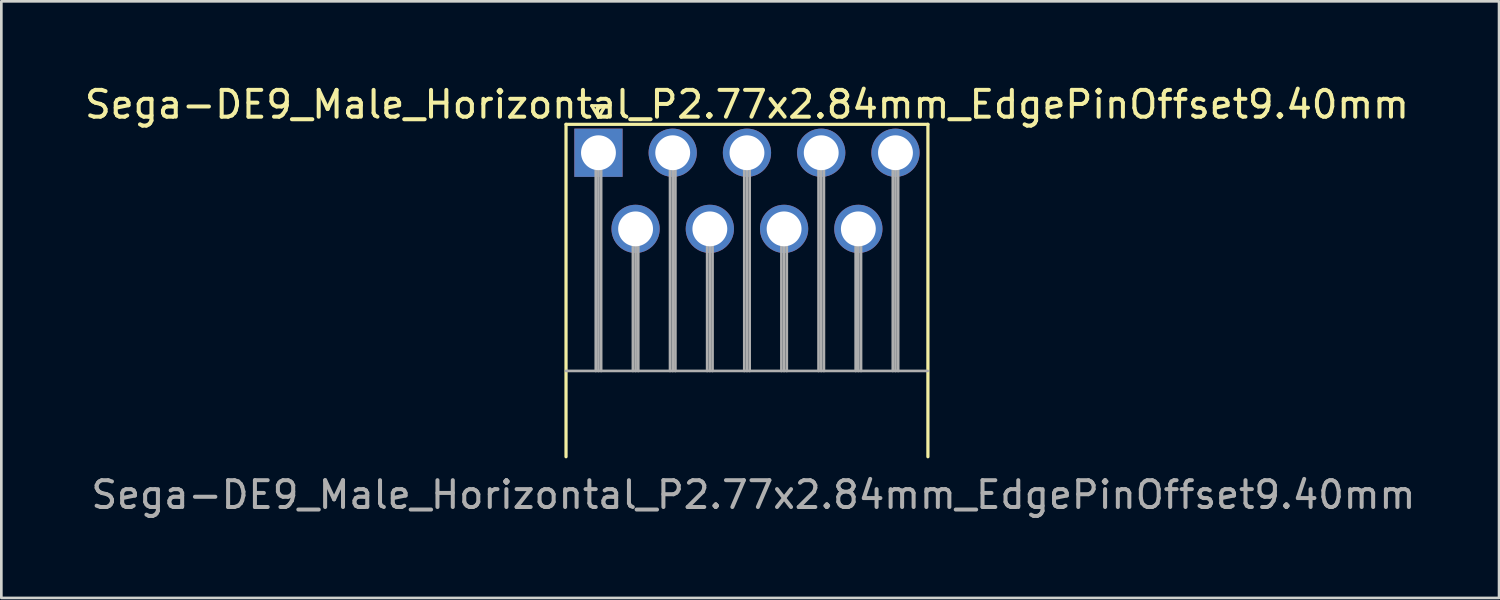
<source format=kicad_pcb>
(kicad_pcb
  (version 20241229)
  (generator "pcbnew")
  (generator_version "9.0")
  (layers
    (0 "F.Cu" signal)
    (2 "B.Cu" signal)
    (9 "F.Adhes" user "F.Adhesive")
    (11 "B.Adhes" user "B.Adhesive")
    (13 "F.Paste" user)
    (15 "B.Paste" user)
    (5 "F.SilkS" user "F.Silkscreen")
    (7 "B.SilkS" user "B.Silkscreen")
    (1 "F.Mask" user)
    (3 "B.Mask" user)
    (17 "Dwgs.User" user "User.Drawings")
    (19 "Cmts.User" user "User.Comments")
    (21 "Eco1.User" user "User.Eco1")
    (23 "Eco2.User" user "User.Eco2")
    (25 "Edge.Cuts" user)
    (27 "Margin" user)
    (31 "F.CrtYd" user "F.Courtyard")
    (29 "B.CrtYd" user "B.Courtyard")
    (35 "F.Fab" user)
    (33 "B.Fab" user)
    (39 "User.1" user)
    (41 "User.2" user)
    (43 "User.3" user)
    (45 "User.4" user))
  (footprint "Sega-DE9_Male_Horizontal_P2.77x2.84mm_EdgePinOffset9.40mm"
    (layer "F.Cu")
    (at 19.275 2.648)
    (property "Reference" "Sega-DE9_Male_Horizontal_P2.77x2.84mm_EdgePinOffset9.40mm" (at 5.54 -1.8 180) (layer "F.SilkS") (effects (font (size 1 1) (thickness 0.15))))
    (attr through_hole)
    (fp_line (start -1.21 -1.06) (end 12.29 -1.06) (stroke (width 0.12) (type solid)) (layer "F.SilkS"))
    (fp_line (start -1.21 11.34) (end -1.21 -1.06) (stroke (width 0.12) (type solid)) (layer "F.SilkS"))
    (fp_line (start -0.25 -1.754) (end 0.25 -1.754) (stroke (width 0.12) (type solid)) (layer "F.SilkS"))
    (fp_line (start 0 -1.321) (end -0.25 -1.754) (stroke (width 0.12) (type solid)) (layer "F.SilkS"))
    (fp_line (start 0.25 -1.754) (end 0 -1.321) (stroke (width 0.12) (type solid)) (layer "F.SilkS"))
    (fp_line (start 12.29 -1.06) (end 12.29 11.34) (stroke (width 0.12) (type solid)) (layer "F.SilkS"))
    (fp_line (start -0.1 0) (end -0.1 8.14) (stroke (width 0.1) (type solid)) (layer "F.Fab"))
    (fp_line (start 0 0) (end 0 8.14) (stroke (width 0.1) (type solid)) (layer "F.Fab"))
    (fp_line (start 0.1 0) (end 0.1 8.14) (stroke (width 0.1) (type solid)) (layer "F.Fab"))
    (fp_line (start 1.285 2.84) (end 1.285 8.14) (stroke (width 0.1) (type solid)) (layer "F.Fab"))
    (fp_line (start 1.385 2.84) (end 1.385 8.14) (stroke (width 0.1) (type solid)) (layer "F.Fab"))
    (fp_line (start 1.485 2.84) (end 1.485 8.14) (stroke (width 0.1) (type solid)) (layer "F.Fab"))
    (fp_line (start 2.67 0) (end 2.67 8.14) (stroke (width 0.1) (type solid)) (layer "F.Fab"))
    (fp_line (start 2.77 0) (end 2.77 8.14) (stroke (width 0.1) (type solid)) (layer "F.Fab"))
    (fp_line (start 2.87 0) (end 2.87 8.14) (stroke (width 0.1) (type solid)) (layer "F.Fab"))
    (fp_line (start 4.055 2.84) (end 4.055 8.14) (stroke (width 0.1) (type solid)) (layer "F.Fab"))
    (fp_line (start 4.155 2.84) (end 4.155 8.14) (stroke (width 0.1) (type solid)) (layer "F.Fab"))
    (fp_line (start 4.255 2.84) (end 4.255 8.14) (stroke (width 0.1) (type solid)) (layer "F.Fab"))
    (fp_line (start 5.44 0) (end 5.44 8.14) (stroke (width 0.1) (type solid)) (layer "F.Fab"))
    (fp_line (start 5.54 0) (end 5.54 8.14) (stroke (width 0.1) (type solid)) (layer "F.Fab"))
    (fp_line (start 5.64 0) (end 5.64 8.14) (stroke (width 0.1) (type solid)) (layer "F.Fab"))
    (fp_line (start 6.825 2.84) (end 6.825 8.14) (stroke (width 0.1) (type solid)) (layer "F.Fab"))
    (fp_line (start 6.925 2.84) (end 6.925 8.14) (stroke (width 0.1) (type solid)) (layer "F.Fab"))
    (fp_line (start 7.025 2.84) (end 7.025 8.14) (stroke (width 0.1) (type solid)) (layer "F.Fab"))
    (fp_line (start 8.21 0) (end 8.21 8.14) (stroke (width 0.1) (type solid)) (layer "F.Fab"))
    (fp_line (start 8.31 0) (end 8.31 8.14) (stroke (width 0.1) (type solid)) (layer "F.Fab"))
    (fp_line (start 8.41 0) (end 8.41 8.14) (stroke (width 0.1) (type solid)) (layer "F.Fab"))
    (fp_line (start 9.595 2.84) (end 9.595 8.14) (stroke (width 0.1) (type solid)) (layer "F.Fab"))
    (fp_line (start 9.695 2.84) (end 9.695 8.14) (stroke (width 0.1) (type solid)) (layer "F.Fab"))
    (fp_line (start 9.795 2.84) (end 9.795 8.14) (stroke (width 0.1) (type solid)) (layer "F.Fab"))
    (fp_line (start 10.98 0) (end 10.98 8.14) (stroke (width 0.1) (type solid)) (layer "F.Fab"))
    (fp_line (start 11.08 0) (end 11.08 8.14) (stroke (width 0.1) (type solid)) (layer "F.Fab"))
    (fp_line (start 11.18 0) (end 11.18 8.14) (stroke (width 0.1) (type solid)) (layer "F.Fab"))
    (fp_line (start 12.28 8.14) (end -1.21 8.14) (stroke (width 0.1) (type solid)) (layer "F.Fab"))
    (fp_text user "${REFERENCE}" (at 5.78 12.76 180) (layer "F.Fab") (effects (font (size 1 1) (thickness 0.15))))
    (pad "1" thru_hole rect (at 0 0) (size 1.8 1.8) (drill 1.3) (layers "*.Cu" "*.Mask"))
    (pad "2" thru_hole circle (at 2.77 0) (size 1.8 1.8) (drill 1.3) (layers "*.Cu" "*.Mask"))
    (pad "3" thru_hole circle (at 5.54 0) (size 1.8 1.8) (drill 1.3) (layers "*.Cu" "*.Mask"))
    (pad "4" thru_hole circle (at 8.31 0) (size 1.8 1.8) (drill 1.3) (layers "*.Cu" "*.Mask"))
    (pad "5" thru_hole circle (at 11.08 0) (size 1.8 1.8) (drill 1.3) (layers "*.Cu" "*.Mask"))
    (pad "6" thru_hole circle (at 1.385 2.84) (size 1.8 1.8) (drill 1.3) (layers "*.Cu" "*.Mask"))
    (pad "7" thru_hole circle (at 4.155 2.84) (size 1.8 1.8) (drill 1.3) (layers "*.Cu" "*.Mask"))
    (pad "8" thru_hole circle (at 6.925 2.84) (size 1.8 1.8) (drill 1.3) (layers "*.Cu" "*.Mask"))
    (pad "9" thru_hole circle (at 9.695 2.84) (size 1.8 1.8) (drill 1.3) (layers "*.Cu" "*.Mask")))
  (gr_rect
    (start -3 -3)
    (end 52.871 19.256)
    (stroke (width 0.1) (type default))
    (fill no)
    (layer "Edge.Cuts")))
</source>
